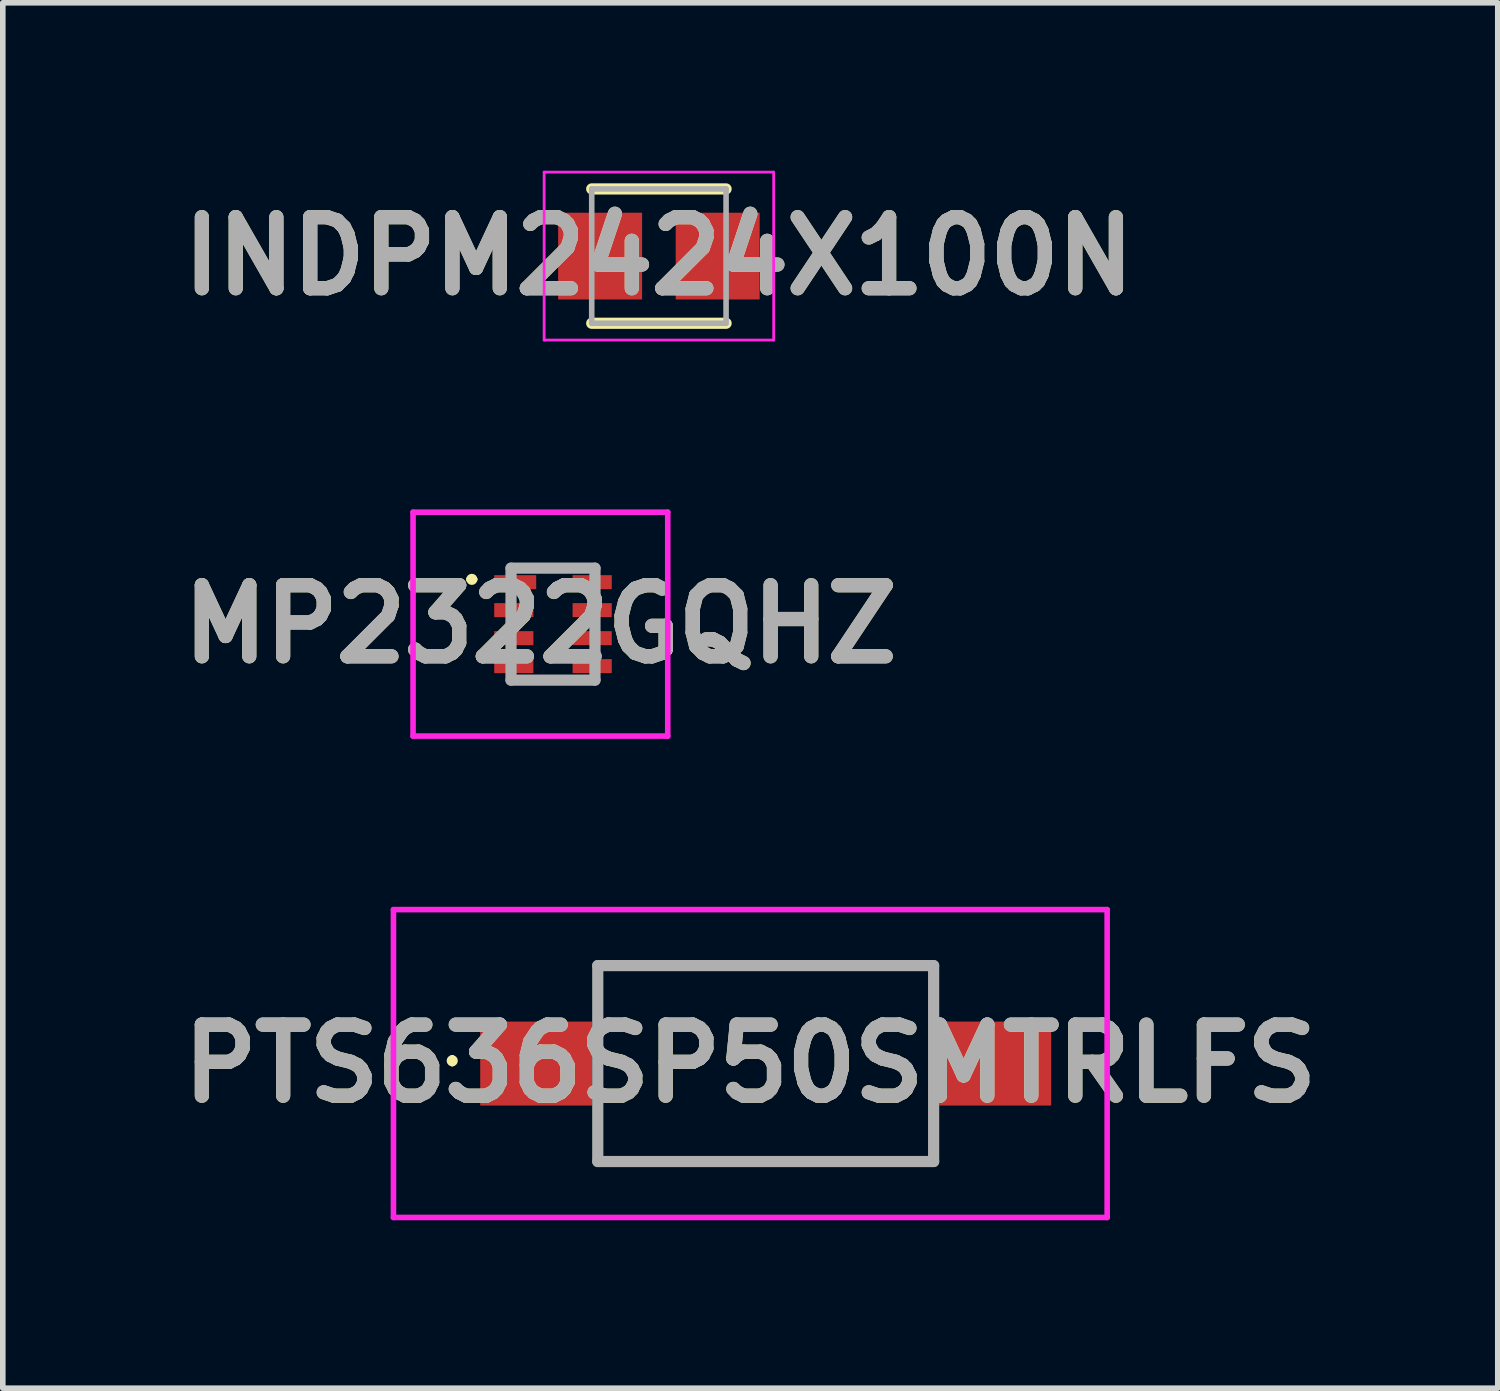
<source format=kicad_pcb>
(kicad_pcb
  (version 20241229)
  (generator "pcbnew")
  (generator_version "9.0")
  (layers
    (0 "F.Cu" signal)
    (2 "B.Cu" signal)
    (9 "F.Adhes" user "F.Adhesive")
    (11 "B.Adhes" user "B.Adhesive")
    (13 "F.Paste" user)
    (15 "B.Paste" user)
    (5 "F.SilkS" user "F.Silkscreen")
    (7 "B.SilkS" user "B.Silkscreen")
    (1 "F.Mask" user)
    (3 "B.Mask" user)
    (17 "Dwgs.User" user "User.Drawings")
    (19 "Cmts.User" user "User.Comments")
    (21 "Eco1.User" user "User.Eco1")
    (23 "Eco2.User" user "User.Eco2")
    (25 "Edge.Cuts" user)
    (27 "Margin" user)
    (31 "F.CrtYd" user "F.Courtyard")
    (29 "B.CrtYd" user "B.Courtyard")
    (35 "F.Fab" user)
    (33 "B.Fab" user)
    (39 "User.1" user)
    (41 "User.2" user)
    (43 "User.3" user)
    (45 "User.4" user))
  (footprint "PTS636SP50SMTRLFS"
    (layer "F.Cu")
    (at 10.629 15.95)
    (property "Reference" "PTS636SP50SMTRLFS" (at -0.275 0 0) (layer "F.SilkS") (effects (font (size 1.27 1.27) (thickness 0.254))))
    (attr smd)
    (fp_line (start -5.6 -0.1) (end -5.6 -0.1) (stroke (width 0.1) (type solid)) (layer "F.SilkS"))
    (fp_line (start -5.6 0) (end -5.6 0) (stroke (width 0.1) (type solid)) (layer "F.SilkS"))
    (fp_line (start -3 -1.75) (end 3 -1.75) (stroke (width 0.1) (type solid)) (layer "F.SilkS"))
    (fp_line (start -3 -1) (end -3 -1.75) (stroke (width 0.1) (type solid)) (layer "F.SilkS"))
    (fp_line (start -3 1) (end -3 1.75) (stroke (width 0.1) (type solid)) (layer "F.SilkS"))
    (fp_line (start -3 1.75) (end 3 1.75) (stroke (width 0.1) (type solid)) (layer "F.SilkS"))
    (fp_line (start 3 -1.75) (end 3 -1) (stroke (width 0.1) (type solid)) (layer "F.SilkS"))
    (fp_line (start 3 1.75) (end 3 1) (stroke (width 0.1) (type solid)) (layer "F.SilkS"))
    (fp_arc (start -5.6 -0.1) (mid -5.55 -0.05) (end -5.6 0) (stroke (width 0.1) (type solid)) (layer "F.SilkS"))
    (fp_arc (start -5.6 0) (mid -5.65 -0.05) (end -5.6 -0.1) (stroke (width 0.1) (type solid)) (layer "F.SilkS"))
    (fp_line (start -6.65 -2.75) (end 6.1 -2.75) (stroke (width 0.1) (type solid)) (layer "F.CrtYd"))
    (fp_line (start -6.65 2.75) (end -6.65 -2.75) (stroke (width 0.1) (type solid)) (layer "F.CrtYd"))
    (fp_line (start 6.1 -2.75) (end 6.1 2.75) (stroke (width 0.1) (type solid)) (layer "F.CrtYd"))
    (fp_line (start 6.1 2.75) (end -6.65 2.75) (stroke (width 0.1) (type solid)) (layer "F.CrtYd"))
    (fp_line (start -3 -1.75) (end 3 -1.75) (stroke (width 0.2) (type solid)) (layer "F.Fab"))
    (fp_line (start -3 1.75) (end -3 -1.75) (stroke (width 0.2) (type solid)) (layer "F.Fab"))
    (fp_line (start 3 -1.75) (end 3 1.75) (stroke (width 0.2) (type solid)) (layer "F.Fab"))
    (fp_line (start 3 1.75) (end -3 1.75) (stroke (width 0.2) (type solid)) (layer "F.Fab"))
    (fp_text user "${REFERENCE}" (at -0.275 0 0) (layer "F.Fab") (effects (font (size 1.27 1.27) (thickness 0.254))))
    (pad "1" smd rect (at -4.1 0 90) (size 1.5 2) (layers "F.Cu" "F.Mask" "F.Paste"))
    (pad "2" smd rect (at 4.1 0 90) (size 1.5 2) (layers "F.Cu" "F.Mask" "F.Paste")))
  (footprint "MP2322GQHZ"
    (layer "F.Cu")
    (at 6.829 8.1)
    (property "Reference" "MP2322GQHZ" (at -0.225 0 0) (layer "F.SilkS") (effects (font (size 1.27 1.27) (thickness 0.254))))
    (attr smd)
    (fp_line (start -1.5 -0.8) (end -1.5 -0.8) (stroke (width 0.1) (type solid)) (layer "F.SilkS"))
    (fp_line (start -1.4 -0.8) (end -1.4 -0.8) (stroke (width 0.1) (type solid)) (layer "F.SilkS"))
    (fp_line (start -0.6 -1) (end 0.7 -1) (stroke (width 0.1) (type solid)) (layer "F.SilkS"))
    (fp_line (start -0.6 1) (end 0.6 1) (stroke (width 0.1) (type solid)) (layer "F.SilkS"))
    (fp_arc (start -1.5 -0.8) (mid -1.45 -0.85) (end -1.4 -0.8) (stroke (width 0.1) (type solid)) (layer "F.SilkS"))
    (fp_arc (start -1.4 -0.8) (mid -1.45 -0.75) (end -1.5 -0.8) (stroke (width 0.1) (type solid)) (layer "F.SilkS"))
    (fp_line (start -2.5 -2) (end 2.05 -2) (stroke (width 0.1) (type solid)) (layer "F.CrtYd"))
    (fp_line (start -2.5 2) (end -2.5 -2) (stroke (width 0.1) (type solid)) (layer "F.CrtYd"))
    (fp_line (start 2.05 -2) (end 2.05 2) (stroke (width 0.1) (type solid)) (layer "F.CrtYd"))
    (fp_line (start 2.05 2) (end -2.5 2) (stroke (width 0.1) (type solid)) (layer "F.CrtYd"))
    (fp_line (start -0.75 -1) (end 0.75 -1) (stroke (width 0.2) (type solid)) (layer "F.Fab"))
    (fp_line (start -0.75 1) (end -0.75 -1) (stroke (width 0.2) (type solid)) (layer "F.Fab"))
    (fp_line (start 0.75 -1) (end 0.75 1) (stroke (width 0.2) (type solid)) (layer "F.Fab"))
    (fp_line (start 0.75 1) (end -0.75 1) (stroke (width 0.2) (type solid)) (layer "F.Fab"))
    (fp_text user "${REFERENCE}" (at -0.225 0 0) (layer "F.Fab") (effects (font (size 1.27 1.27) (thickness 0.254))))
    (pad "1" smd rect (at -0.675 -0.75 90) (size 0.25 0.75) (layers "F.Cu" "F.Mask" "F.Paste"))
    (pad "2" smd rect (at -0.7 -0.25 90) (size 0.25 0.7) (layers "F.Cu" "F.Mask" "F.Paste"))
    (pad "3" smd rect (at -0.7 0.25 90) (size 0.25 0.7) (layers "F.Cu" "F.Mask" "F.Paste"))
    (pad "4" smd rect (at -0.7 0.75 90) (size 0.25 0.7) (layers "F.Cu" "F.Mask" "F.Paste"))
    (pad "5" smd rect (at 0.7 0.75 90) (size 0.25 0.7) (layers "F.Cu" "F.Mask" "F.Paste"))
    (pad "6" smd rect (at 0.7 0.25 90) (size 0.25 0.7) (layers "F.Cu" "F.Mask" "F.Paste"))
    (pad "7" smd rect (at 0.7 -0.25 90) (size 0.25 0.7) (layers "F.Cu" "F.Mask" "F.Paste"))
    (pad "8" smd rect (at 0.7 -0.75 90) (size 0.25 0.7) (layers "F.Cu" "F.Mask" "F.Paste")))
  (footprint "INDPM2424X100N"
    (layer "F.Cu")
    (at 8.721 1.525)
    (property "Reference" "INDPM2424X100N" (at 0 0 0) (layer "F.SilkS") (effects (font (size 1.27 1.27) (thickness 0.254))))
    (attr smd)
    (fp_line (start -1.2 1.2) (end 1.2 1.2) (stroke (width 0.2) (type solid)) (layer "F.SilkS"))
    (fp_line (start 1.2 -1.2) (end -1.2 -1.2) (stroke (width 0.2) (type solid)) (layer "F.SilkS"))
    (fp_line (start -2.05 -1.5) (end 2.05 -1.5) (stroke (width 0.05) (type solid)) (layer "F.CrtYd"))
    (fp_line (start -2.05 1.5) (end -2.05 -1.5) (stroke (width 0.05) (type solid)) (layer "F.CrtYd"))
    (fp_line (start 2.05 -1.5) (end 2.05 1.5) (stroke (width 0.05) (type solid)) (layer "F.CrtYd"))
    (fp_line (start 2.05 1.5) (end -2.05 1.5) (stroke (width 0.05) (type solid)) (layer "F.CrtYd"))
    (fp_line (start -1.2 -1.2) (end 1.2 -1.2) (stroke (width 0.1) (type solid)) (layer "F.Fab"))
    (fp_line (start -1.2 1.2) (end -1.2 -1.2) (stroke (width 0.1) (type solid)) (layer "F.Fab"))
    (fp_line (start 1.2 -1.2) (end 1.2 1.2) (stroke (width 0.1) (type solid)) (layer "F.Fab"))
    (fp_line (start 1.2 1.2) (end -1.2 1.2) (stroke (width 0.1) (type solid)) (layer "F.Fab"))
    (fp_text user "${REFERENCE}" (at 0 0 0) (layer "F.Fab") (effects (font (size 1.27 1.27) (thickness 0.254))))
    (pad "1" smd rect (at -1.05 0) (size 1.5 1.55) (layers "F.Cu" "F.Mask" "F.Paste"))
    (pad "2" smd rect (at 1.05 0) (size 1.5 1.55) (layers "F.Cu" "F.Mask" "F.Paste")))
  (gr_rect
    (start -3 -3)
    (end 23.707 21.75)
    (stroke (width 0.1) (type default))
    (fill no)
    (layer "Edge.Cuts")))
</source>
